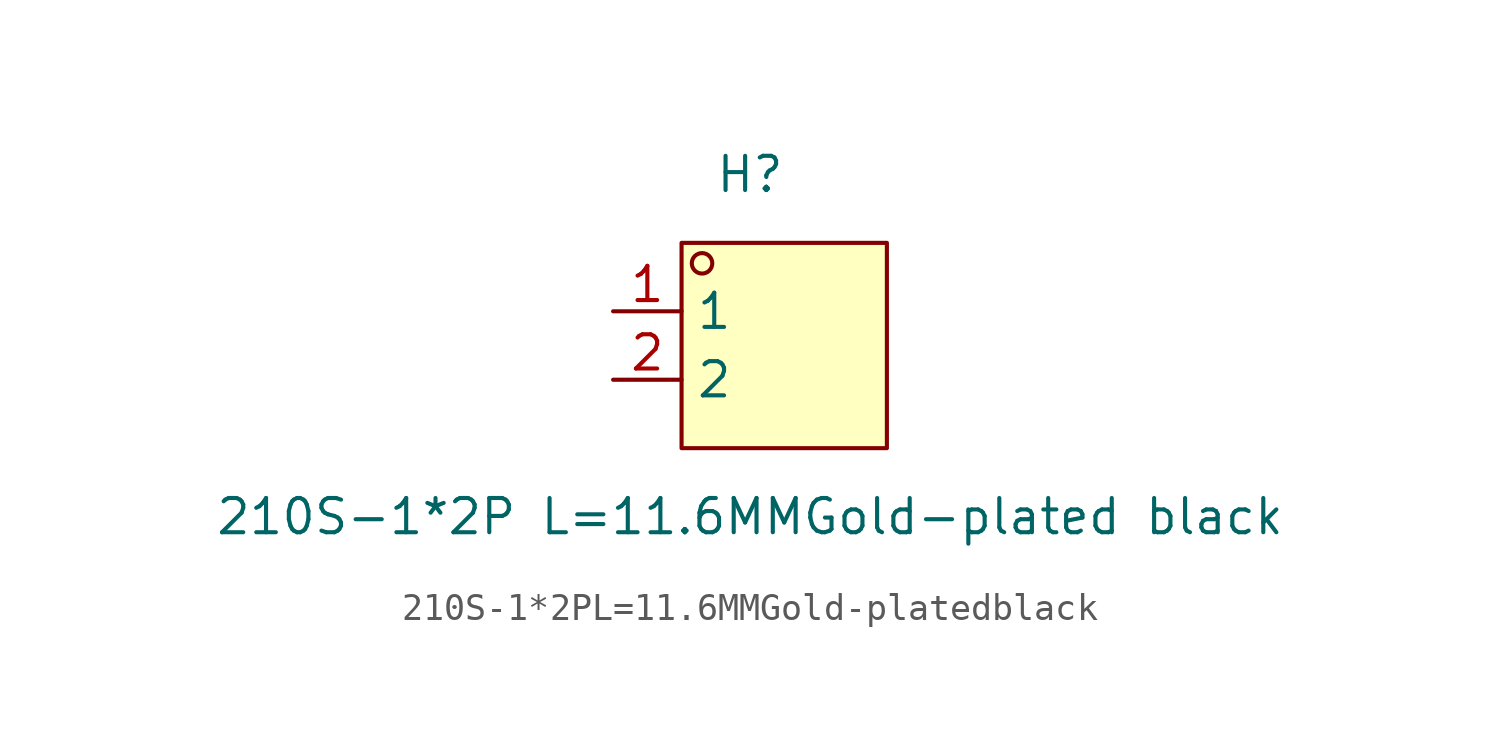
<source format=kicad_sym>
(kicad_symbol_lib
  (version 20211014)
  (generator https://github.com/uPesy/easyeda2kicad.py)
  (symbol "210S-1*2PL=11.6MMGold-platedblack"
    (property "Reference" "H"
      (at 0 6.35 0)
      (effects (font (size 1.27 1.27))))
    (property "Value" "210S-1*2P L=11.6MMGold-plated black"
      (at 0 -6.35 0)
      (effects (font (size 1.27 1.27))))
    (symbol "210S-1*2PL=11.6MMGold-platedblack_0_1"
      (rectangle (start -2.54 3.81) (end 5.08 -3.81) (stroke (width 0) (type default) (color 0 0 0 0)) (fill (type background)))
      (circle (center -1.78 3.05) (radius 0.38) (stroke (width 0) (type default) (color 0 0 0 0)) (fill (type none)))
      (pin unspecified line (at -5.08 1.27 0) (length 2.54) (name "1" (effects (font (size 1.27 1.27)))) (number "1" (effects (font (size 1.27 1.27)))))
      (pin unspecified line (at -5.08 -1.27 0) (length 2.54) (name "2" (effects (font (size 1.27 1.27)))) (number "2" (effects (font (size 1.27 1.27))))))))
</source>
